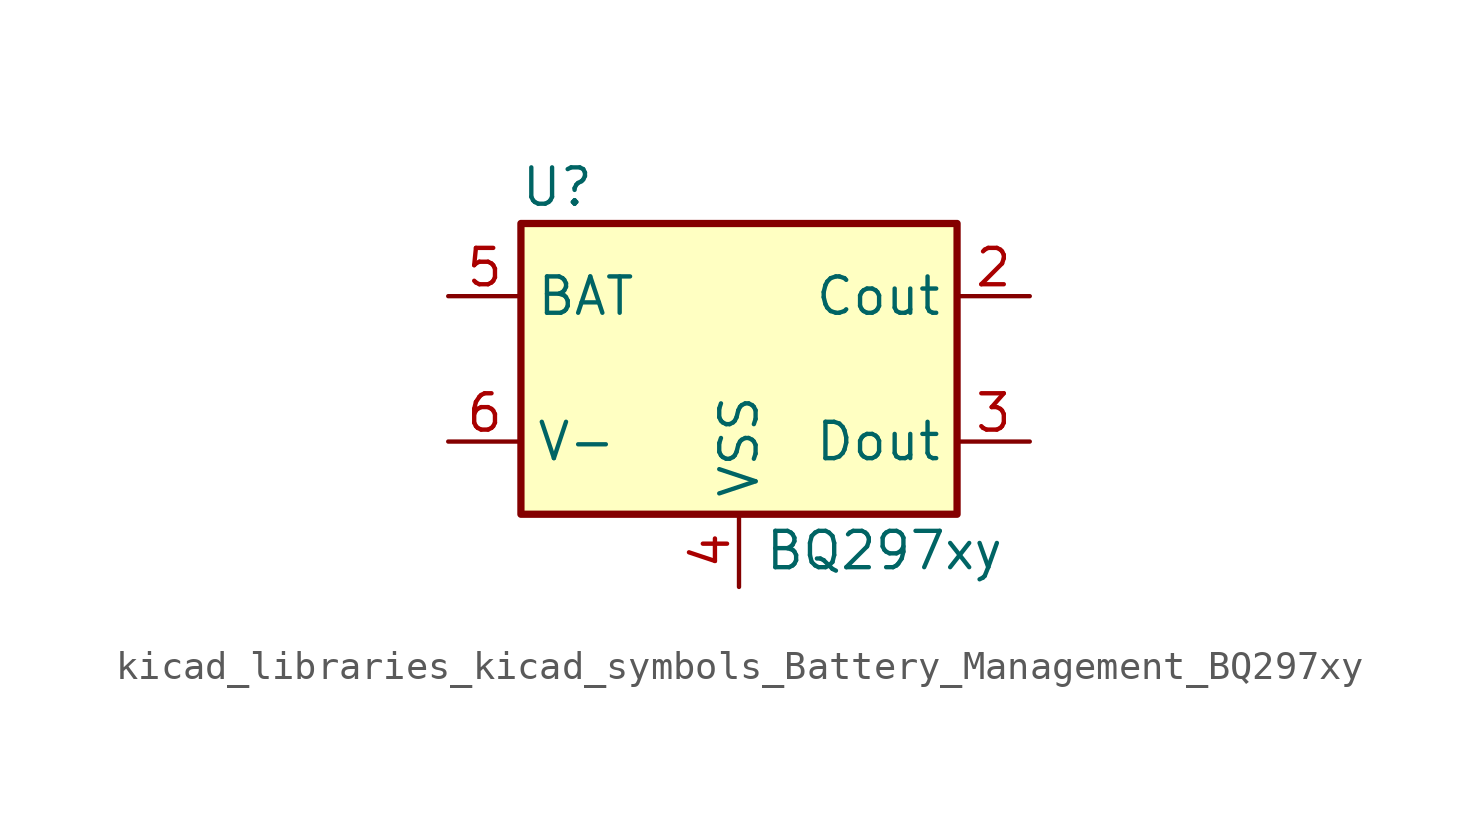
<source format=kicad_sym>
(kicad_symbol_lib
  (version 20220914)
  (generator kicad_symbol_editor)
  (symbol "kicad_libraries_kicad_symbols_Battery_Management_BQ297xy"
    (property "Reference" "U"
      (at -6.35 6.35 0)
      (effects (font (size 1.27 1.27))))
    (property "Value" "BQ297xy"
      (at 5.08 -6.35 0)
      (effects (font (size 1.27 1.27))))
    (symbol "kicad_libraries_kicad_symbols_Battery_Management_BQ297xy_0_1"
      (rectangle (start -7.62 5.08) (end 7.62 -5.08) (stroke (width 0.254) (type default)) (fill (type background))))
    (symbol "kicad_libraries_kicad_symbols_Battery_Management_BQ297xy_1_1"
      (pin no_connect line (at 7.62 0 180) (length 2.54) hide (name "NC" (effects (font (size 1.27 1.27)))) (number "1" (effects (font (size 1.27 1.27)))))
      (pin output line (at 10.16 2.54 180) (length 2.54) (name "Cout" (effects (font (size 1.27 1.27)))) (number "2" (effects (font (size 1.27 1.27)))))
      (pin output line (at 10.16 -2.54 180) (length 2.54) (name "Dout" (effects (font (size 1.27 1.27)))) (number "3" (effects (font (size 1.27 1.27)))))
      (pin power_in line (at 0 -7.62 90) (length 2.54) (name "VSS" (effects (font (size 1.27 1.27)))) (number "4" (effects (font (size 1.27 1.27)))))
      (pin input line (at -10.16 2.54 0) (length 2.54) (name "BAT" (effects (font (size 1.27 1.27)))) (number "5" (effects (font (size 1.27 1.27)))))
      (pin input line (at -10.16 -2.54 0) (length 2.54) (name "V-" (effects (font (size 1.27 1.27)))) (number "6" (effects (font (size 1.27 1.27))))))))
</source>
